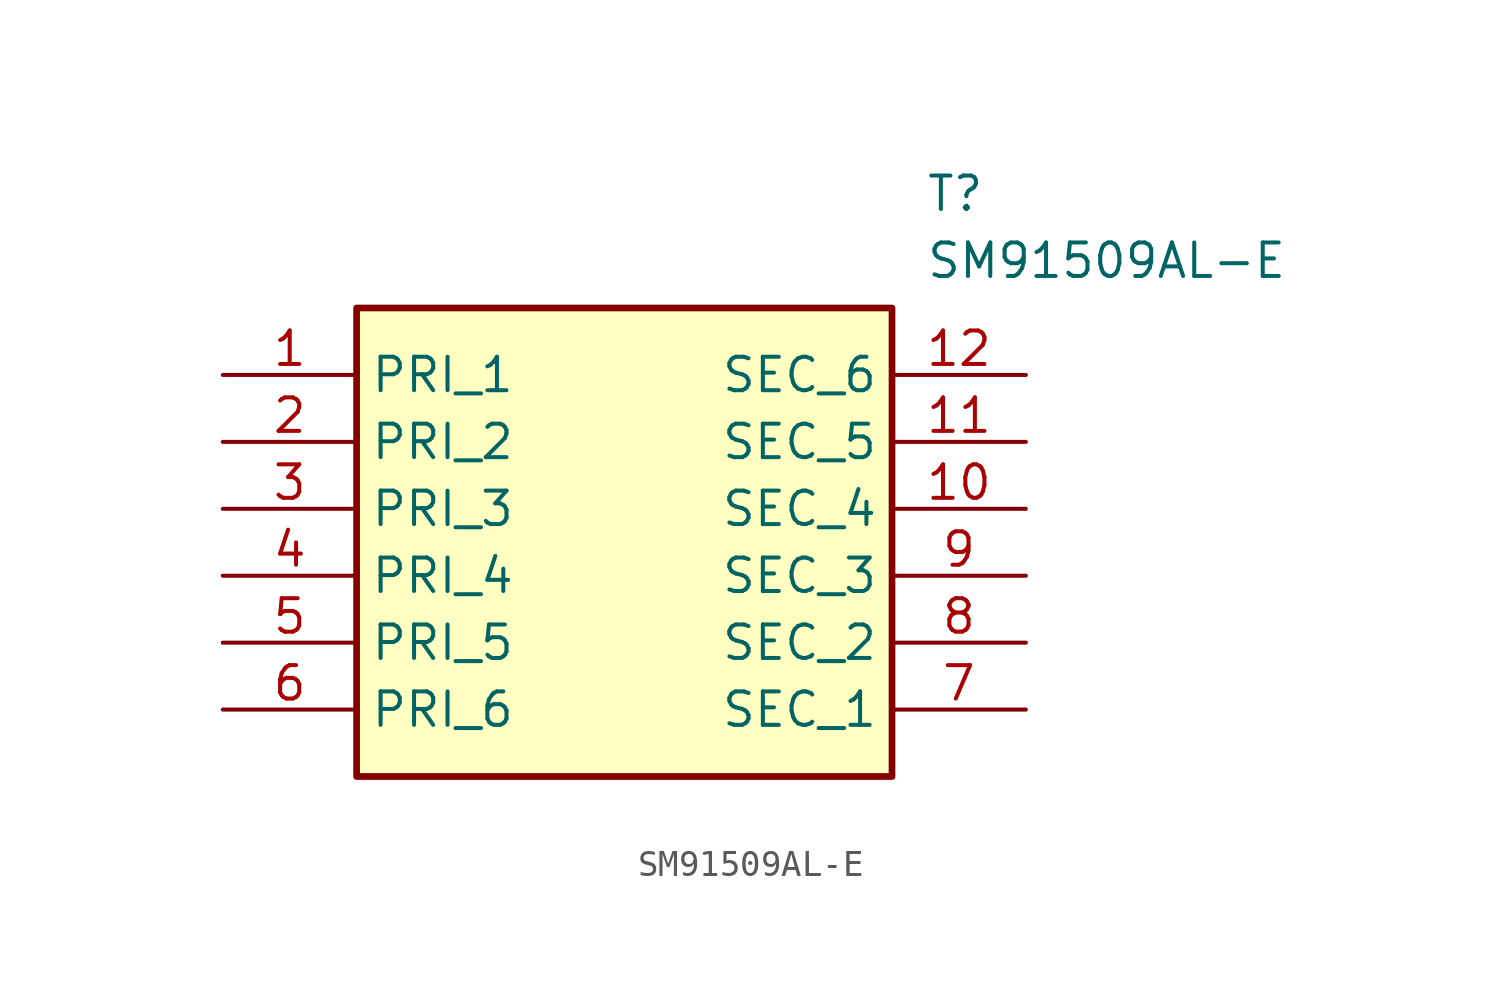
<source format=kicad_sym>
(kicad_symbol_lib
  (version 20211014)
  (generator SamacSys_ECAD_Model)
  (symbol "SM91509AL-E"
    (property "Reference" "T"
      (at 26.67 7.62 0)
      (effects (font (size 1.27 1.27)) (justify left top)))
    (property "Value" "SM91509AL-E"
      (at 26.67 5.08 0)
      (effects (font (size 1.27 1.27)) (justify left top)))
    (rectangle
      (start 5.08 2.54)
      (end 25.4 -15.24)
      (stroke (width 0.254) (type default))
      (fill (type background)))
    (pin passive line
      (at 0 0 0)
      (length 5.08)
      (name "PRI_1" (effects (font (size 1.27 1.27))))
      (number "1" (effects (font (size 1.27 1.27)))))
    (pin passive line
      (at 0 -2.54 0)
      (length 5.08)
      (name "PRI_2" (effects (font (size 1.27 1.27))))
      (number "2" (effects (font (size 1.27 1.27)))))
    (pin passive line
      (at 0 -5.08 0)
      (length 5.08)
      (name "PRI_3" (effects (font (size 1.27 1.27))))
      (number "3" (effects (font (size 1.27 1.27)))))
    (pin passive line
      (at 0 -7.62 0)
      (length 5.08)
      (name "PRI_4" (effects (font (size 1.27 1.27))))
      (number "4" (effects (font (size 1.27 1.27)))))
    (pin passive line
      (at 0 -10.16 0)
      (length 5.08)
      (name "PRI_5" (effects (font (size 1.27 1.27))))
      (number "5" (effects (font (size 1.27 1.27)))))
    (pin passive line
      (at 0 -12.7 0)
      (length 5.08)
      (name "PRI_6" (effects (font (size 1.27 1.27))))
      (number "6" (effects (font (size 1.27 1.27)))))
    (pin passive line
      (at 30.48 0 180)
      (length 5.08)
      (name "SEC_6" (effects (font (size 1.27 1.27))))
      (number "12" (effects (font (size 1.27 1.27)))))
    (pin passive line
      (at 30.48 -2.54 180)
      (length 5.08)
      (name "SEC_5" (effects (font (size 1.27 1.27))))
      (number "11" (effects (font (size 1.27 1.27)))))
    (pin passive line
      (at 30.48 -5.08 180)
      (length 5.08)
      (name "SEC_4" (effects (font (size 1.27 1.27))))
      (number "10" (effects (font (size 1.27 1.27)))))
    (pin passive line
      (at 30.48 -7.62 180)
      (length 5.08)
      (name "SEC_3" (effects (font (size 1.27 1.27))))
      (number "9" (effects (font (size 1.27 1.27)))))
    (pin passive line
      (at 30.48 -10.16 180)
      (length 5.08)
      (name "SEC_2" (effects (font (size 1.27 1.27))))
      (number "8" (effects (font (size 1.27 1.27)))))
    (pin passive line
      (at 30.48 -12.7 180)
      (length 5.08)
      (name "SEC_1" (effects (font (size 1.27 1.27))))
      (number "7" (effects (font (size 1.27 1.27)))))))
</source>
